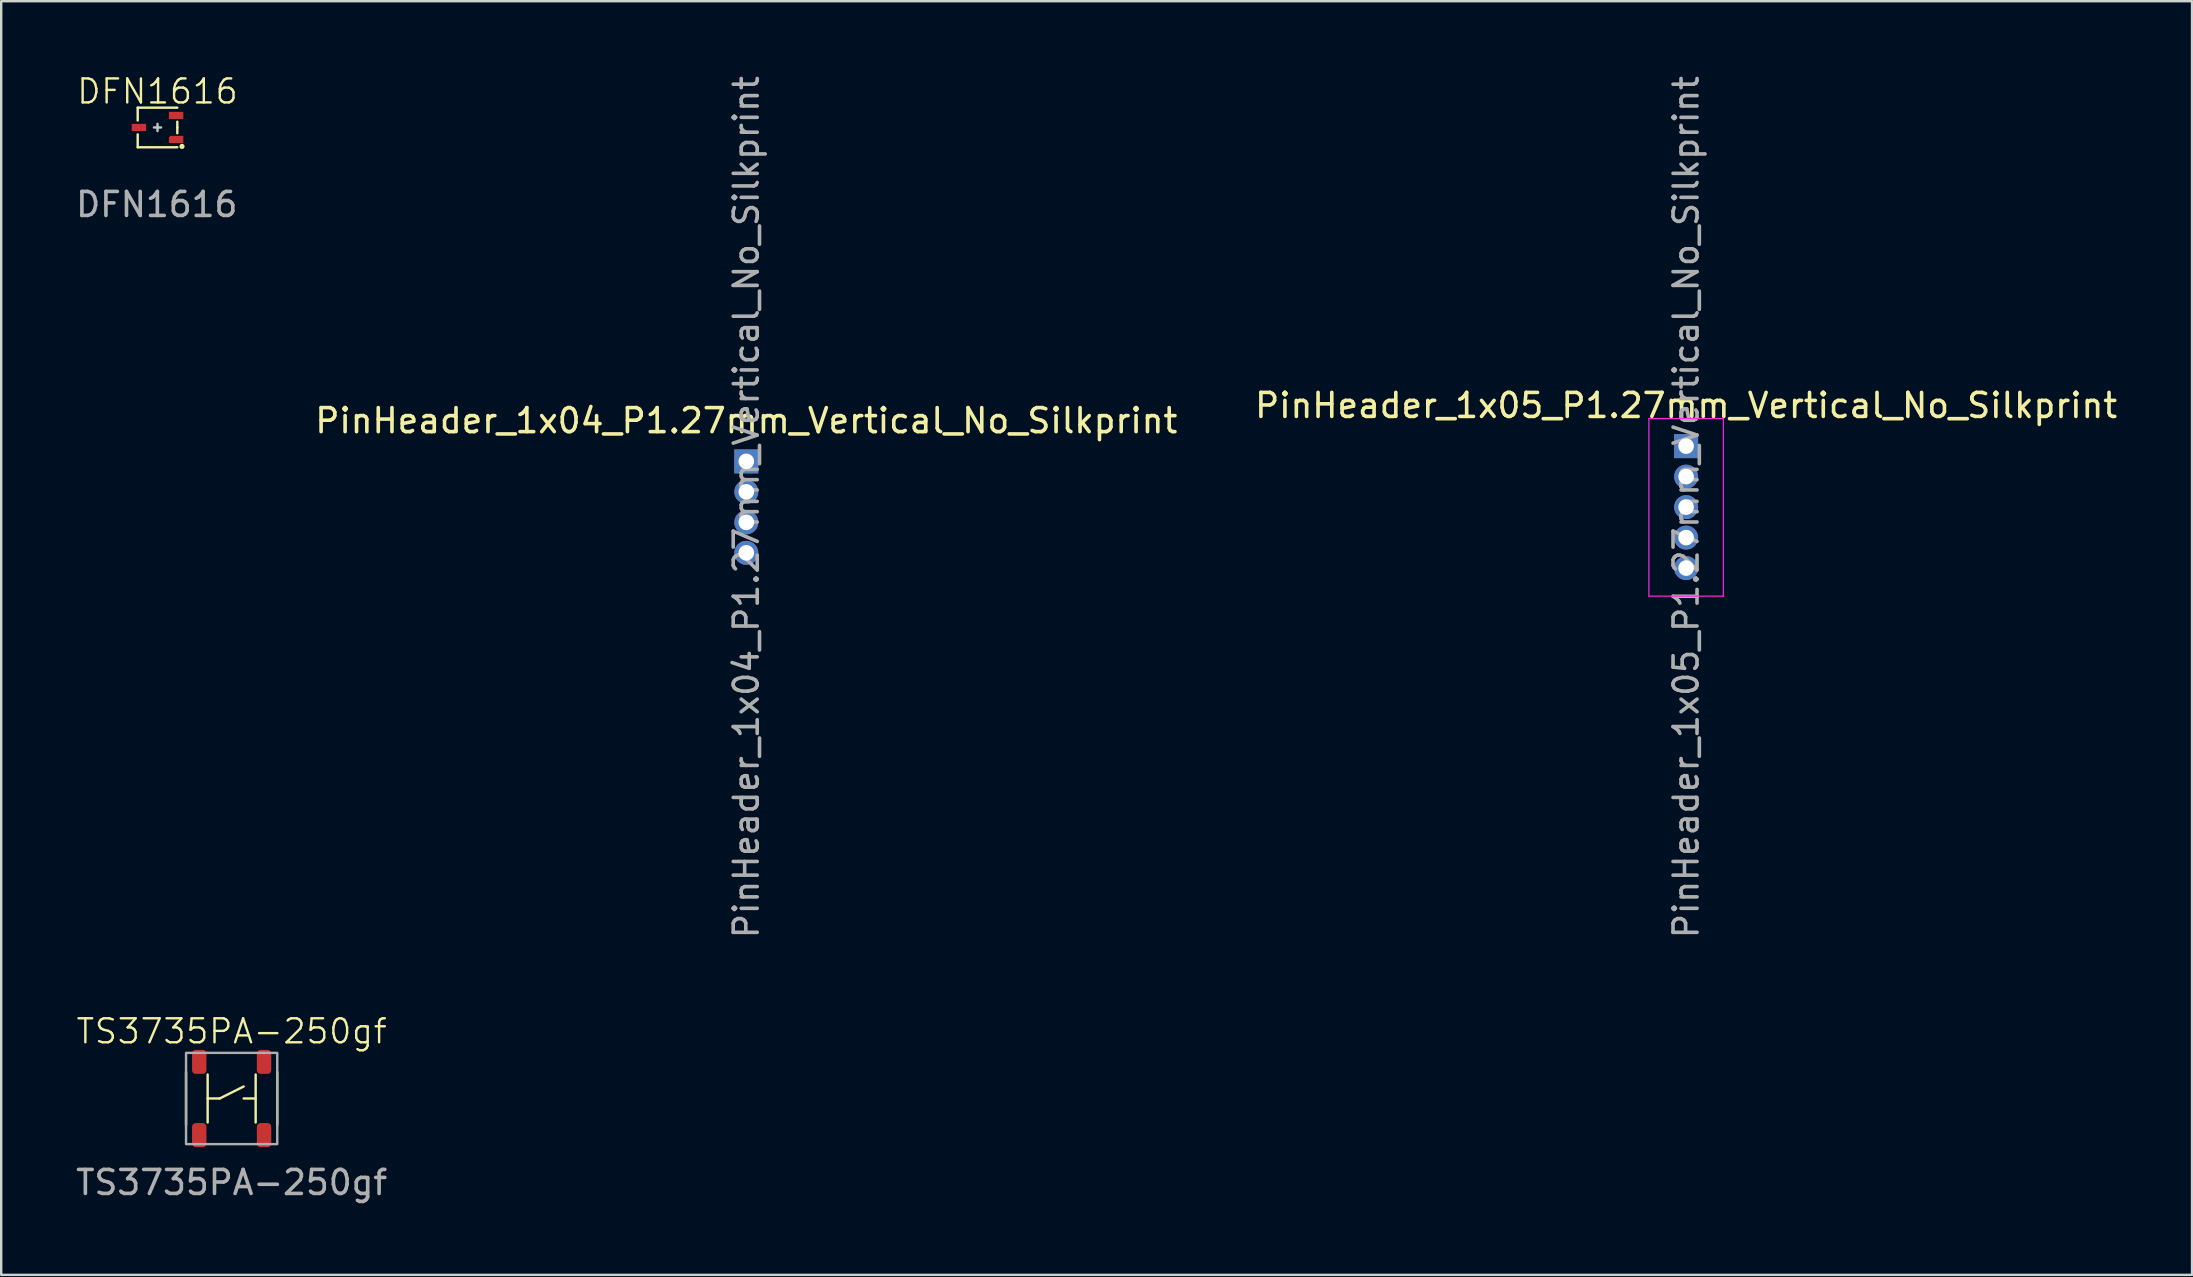
<source format=kicad_pcb>
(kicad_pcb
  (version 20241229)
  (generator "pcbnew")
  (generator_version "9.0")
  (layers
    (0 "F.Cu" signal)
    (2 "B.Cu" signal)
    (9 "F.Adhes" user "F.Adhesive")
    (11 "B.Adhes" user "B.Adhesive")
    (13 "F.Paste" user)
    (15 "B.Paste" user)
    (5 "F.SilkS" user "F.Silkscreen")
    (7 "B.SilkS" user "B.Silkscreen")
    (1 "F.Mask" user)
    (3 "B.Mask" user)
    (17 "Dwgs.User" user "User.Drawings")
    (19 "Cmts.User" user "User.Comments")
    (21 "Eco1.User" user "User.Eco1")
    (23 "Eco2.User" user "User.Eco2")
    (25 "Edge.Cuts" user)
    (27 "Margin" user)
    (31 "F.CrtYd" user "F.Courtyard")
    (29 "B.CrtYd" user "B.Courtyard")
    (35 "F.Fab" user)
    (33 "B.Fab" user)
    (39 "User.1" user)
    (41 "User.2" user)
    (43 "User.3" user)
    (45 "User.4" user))
  (footprint "PinHeader_1x05_P1.27mm_Vertical_No_Silkprint"
    (layer "F.Cu")
    (at 67.196 15.537)
    (property "Reference" "PinHeader_1x05_P1.27mm_Vertical_No_Silkprint" (at 0 -1.695 0) (layer "F.SilkS") (effects (font (size 1 1) (thickness 0.15))))
    (attr through_hole)
    (fp_line (start -1.55 -1.15) (end -1.55 6.25) (stroke (width 0.05) (type solid)) (layer "F.CrtYd"))
    (fp_line (start -1.55 6.25) (end 1.55 6.25) (stroke (width 0.05) (type solid)) (layer "F.CrtYd"))
    (fp_line (start 1.55 -1.15) (end -1.55 -1.15) (stroke (width 0.05) (type solid)) (layer "F.CrtYd"))
    (fp_line (start 1.55 6.25) (end 1.55 -1.15) (stroke (width 0.05) (type solid)) (layer "F.CrtYd"))
    (fp_text user "${REFERENCE}" (at 0 2.54 90) (layer "F.Fab") (effects (font (size 1 1) (thickness 0.15))))
    (pad "1" thru_hole rect (at 0 0) (size 1 1) (drill 0.65) (layers "*.Cu" "*.Mask"))
    (pad "2" thru_hole oval (at 0 1.27) (size 1 1) (drill 0.65) (layers "*.Cu" "*.Mask"))
    (pad "3" thru_hole oval (at 0 2.54) (size 1 1) (drill 0.65) (layers "*.Cu" "*.Mask"))
    (pad "4" thru_hole oval (at 0 3.81) (size 1 1) (drill 0.65) (layers "*.Cu" "*.Mask"))
    (pad "5" thru_hole oval (at 0 5.08) (size 1 1) (drill 0.65) (layers "*.Cu" "*.Mask")))
  (footprint "DFN1616"
    (layer "F.Cu")
    (at 3.512 2.26)
    (property "Reference" "DFN1616" (at 0 -1.5 0) (unlocked yes) (layer "F.SilkS") (effects (font (size 1 1) (thickness 0.1))))
    (attr through_hole)
    (fp_line (start -0.825 -0.825) (end -0.825 -0.29) (stroke (width 0.1) (type solid)) (layer "F.SilkS"))
    (fp_line (start -0.825 -0.825) (end 0.825 -0.825) (stroke (width 0.1) (type solid)) (layer "F.SilkS"))
    (fp_line (start -0.825 0.825) (end -0.825 0.29) (stroke (width 0.1) (type solid)) (layer "F.SilkS"))
    (fp_line (start -0.825 0.825) (end 0.825 0.825) (stroke (width 0.1) (type solid)) (layer "F.SilkS"))
    (fp_line (start 0.825 0) (end 0.825 -0.24) (stroke (width 0.1) (type solid)) (layer "F.SilkS"))
    (fp_line (start 0.825 0.24) (end 0.825 0) (stroke (width 0.1) (type solid)) (layer "F.SilkS"))
    (fp_circle (center 1.02 0.79) (end 1.04 0.845) (stroke (width 0.1) (type default)) (fill no) (layer "F.SilkS"))
    (fp_line (start 0 0) (end -0.15 0) (stroke (width 0.1) (type default)) (layer "Dwgs.User"))
    (fp_line (start 0 0) (end 0 -0.15) (stroke (width 0.1) (type default)) (layer "Dwgs.User"))
    (fp_line (start 0 0) (end 0 0.15) (stroke (width 0.1) (type default)) (layer "Dwgs.User"))
    (fp_line (start 0 0) (end 0.15 0) (stroke (width 0.1) (type default)) (layer "Dwgs.User"))
    (fp_text user "${REFERENCE}" (at -0.03 3.21 0) (unlocked yes) (layer "F.Fab") (effects (font (size 1 1) (thickness 0.15))))
    (pad "1" smd roundrect (at 0.775 0.5) (size 0.6 0.3) (layers "F.Cu" "F.Mask" "F.Paste") (roundrect_rratio 0) (chamfer_ratio 0.2) (chamfer top_left))
    (pad "2" smd rect (at 0.775 -0.5) (size 0.6 0.3) (layers "F.Cu" "F.Mask" "F.Paste"))
    (pad "3" smd rect (at -0.775 0) (size 0.6 0.3) (layers "F.Cu" "F.Mask" "F.Paste")))
  (footprint "PinHeader_1x04_P1.27mm_Vertical_No_Silkprint"
    (layer "F.Cu")
    (at 28.042 16.172)
    (property "Reference" "PinHeader_1x04_P1.27mm_Vertical_No_Silkprint" (at 0 -1.695 0) (layer "F.SilkS") (effects (font (size 1 1) (thickness 0.15))))
    (attr through_hole)
    (fp_text user "${REFERENCE}" (at 0 1.905 90) (layer "F.Fab") (effects (font (size 1 1) (thickness 0.15))))
    (pad "1" thru_hole rect (at 0 0) (size 1 1) (drill 0.65) (layers "*.Cu" "*.Mask"))
    (pad "2" thru_hole oval (at 0 1.27) (size 1 1) (drill 0.65) (layers "*.Cu" "*.Mask"))
    (pad "3" thru_hole oval (at 0 2.54) (size 1 1) (drill 0.65) (layers "*.Cu" "*.Mask"))
    (pad "4" thru_hole oval (at 0 3.81) (size 1 1) (drill 0.65) (layers "*.Cu" "*.Mask")))
  (footprint "TS3735PA-250gf"
    (layer "F.Cu")
    (at 6.601 42.715)
    (property "Reference" "TS3735PA-250gf" (at 0 -2.8 0) (unlocked yes) (layer "F.SilkS") (effects (font (size 1 1) (thickness 0.1))))
    (attr smd)
    (fp_line (start -1.9 -1.1) (end -1.9 1.1) (stroke (width 0.1) (type default)) (layer "F.SilkS"))
    (fp_line (start -1 -1) (end -1 1) (stroke (width 0.1) (type default)) (layer "F.SilkS"))
    (fp_line (start -1 0) (end -0.5 0) (stroke (width 0.1) (type default)) (layer "F.SilkS"))
    (fp_line (start -0.5 0) (end 0.5 -0.5) (stroke (width 0.1) (type default)) (layer "F.SilkS"))
    (fp_line (start 1 -1) (end 1 1) (stroke (width 0.1) (type default)) (layer "F.SilkS"))
    (fp_line (start 1 0) (end 0.5 0) (stroke (width 0.1) (type default)) (layer "F.SilkS"))
    (fp_line (start 1.9 -1.1) (end 1.9 1.1) (stroke (width 0.1) (type default)) (layer "F.SilkS"))
    (fp_rect (start -1.9 -1.9) (end 1.9 1.9) (stroke (width 0.1) (type default)) (fill no) (layer "F.Fab"))
    (fp_text user "${REFERENCE}" (at 0 3.5 0) (unlocked yes) (layer "F.Fab") (effects (font (size 1 1) (thickness 0.15))))
    (pad "1" smd roundrect (at -1.35 -1.525 180) (size 0.6 1) (layers "F.Cu" "F.Mask" "F.Paste") (roundrect_rratio 0.25))
    (pad "1" smd roundrect (at -1.35 1.525) (size 0.6 1) (layers "F.Cu" "F.Mask" "F.Paste") (roundrect_rratio 0.25))
    (pad "2" smd roundrect (at 1.35 -1.525 180) (size 0.6 1) (layers "F.Cu" "F.Mask" "F.Paste") (roundrect_rratio 0.25))
    (pad "2" smd roundrect (at 1.35 1.525) (size 0.6 1) (layers "F.Cu" "F.Mask" "F.Paste") (roundrect_rratio 0.25)))
  (gr_rect
    (start -3 -3)
    (end 88.274 50.064)
    (stroke (width 0.1) (type default))
    (fill no)
    (layer "Edge.Cuts")))
</source>
